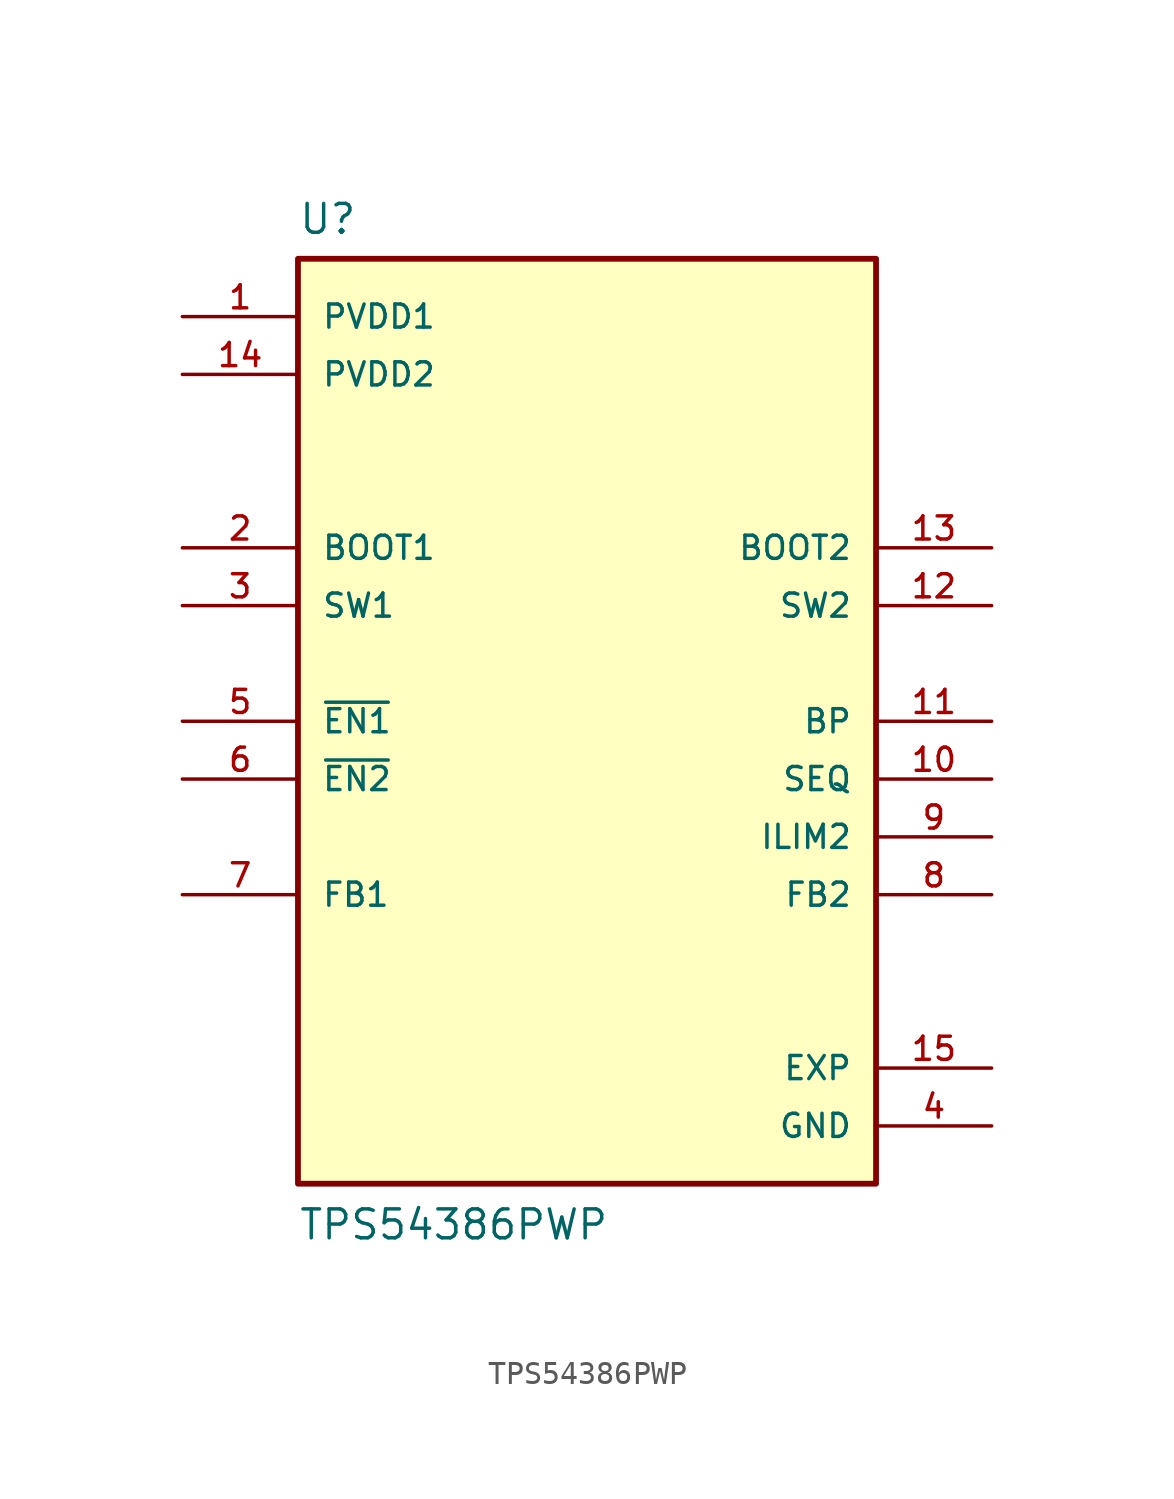
<source format=kicad_sym>
(kicad_symbol_lib
  (version 20211014)
  (generator kicad_symbol_editor)
  (symbol "TPS54386PWP"
    (pin_names
      (offset 1.016))
    (property "Reference" "U"
      (at -12.7 21.32 0.0)
      (effects (font (size 1.27 1.27)) (justify bottom left)))
    (property "Value" "TPS54386PWP"
      (at -12.7 -22.86 0.0)
      (effects (font (size 1.27 1.27)) (justify bottom left)))
    (symbol "TPS54386PWP_0_0"
      (rectangle (start -12.7 -20.32) (end 12.7 20.32) (stroke (width 0.254)) (fill (type background)))
      (pin passive line (at -17.78 7.62 0) (length 5.08) (name "BOOT1" (effects (font (size 1.016 1.016)))) (number "2" (effects (font (size 1.016 1.016)))))
      (pin passive line (at 17.78 7.62 180.0) (length 5.08) (name "BOOT2" (effects (font (size 1.016 1.016)))) (number "13" (effects (font (size 1.016 1.016)))))
      (pin input line (at -17.78 0.0 0) (length 5.08) (name "~{EN1}" (effects (font (size 1.016 1.016)))) (number "5" (effects (font (size 1.016 1.016)))))
      (pin input line (at -17.78 -2.54 0) (length 5.08) (name "~{EN2}" (effects (font (size 1.016 1.016)))) (number "6" (effects (font (size 1.016 1.016)))))
      (pin input line (at -17.78 -7.62 0) (length 5.08) (name "FB1" (effects (font (size 1.016 1.016)))) (number "7" (effects (font (size 1.016 1.016)))))
      (pin input line (at 17.78 -7.62 180.0) (length 5.08) (name "FB2" (effects (font (size 1.016 1.016)))) (number "8" (effects (font (size 1.016 1.016)))))
      (pin input line (at 17.78 -5.08 180.0) (length 5.08) (name "ILIM2" (effects (font (size 1.016 1.016)))) (number "9" (effects (font (size 1.016 1.016)))))
      (pin power_in line (at -17.78 17.78 0) (length 5.08) (name "PVDD1" (effects (font (size 1.016 1.016)))) (number "1" (effects (font (size 1.016 1.016)))))
      (pin power_in line (at -17.78 15.24 0) (length 5.08) (name "PVDD2" (effects (font (size 1.016 1.016)))) (number "14" (effects (font (size 1.016 1.016)))))
      (pin input line (at 17.78 -2.54 180.0) (length 5.08) (name "SEQ" (effects (font (size 1.016 1.016)))) (number "10" (effects (font (size 1.016 1.016)))))
      (pin output line (at 17.78 0.0 180.0) (length 5.08) (name "BP" (effects (font (size 1.016 1.016)))) (number "11" (effects (font (size 1.016 1.016)))))
      (pin output line (at -17.78 5.08 0) (length 5.08) (name "SW1" (effects (font (size 1.016 1.016)))) (number "3" (effects (font (size 1.016 1.016)))))
      (pin output line (at 17.78 5.08 180.0) (length 5.08) (name "SW2" (effects (font (size 1.016 1.016)))) (number "12" (effects (font (size 1.016 1.016)))))
      (pin power_in line (at 17.78 -17.78 180.0) (length 5.08) (name "GND" (effects (font (size 1.016 1.016)))) (number "4" (effects (font (size 1.016 1.016)))))
      (pin power_in line (at 17.78 -15.24 180.0) (length 5.08) (name "EXP" (effects (font (size 1.016 1.016)))) (number "15" (effects (font (size 1.016 1.016))))))))
</source>
